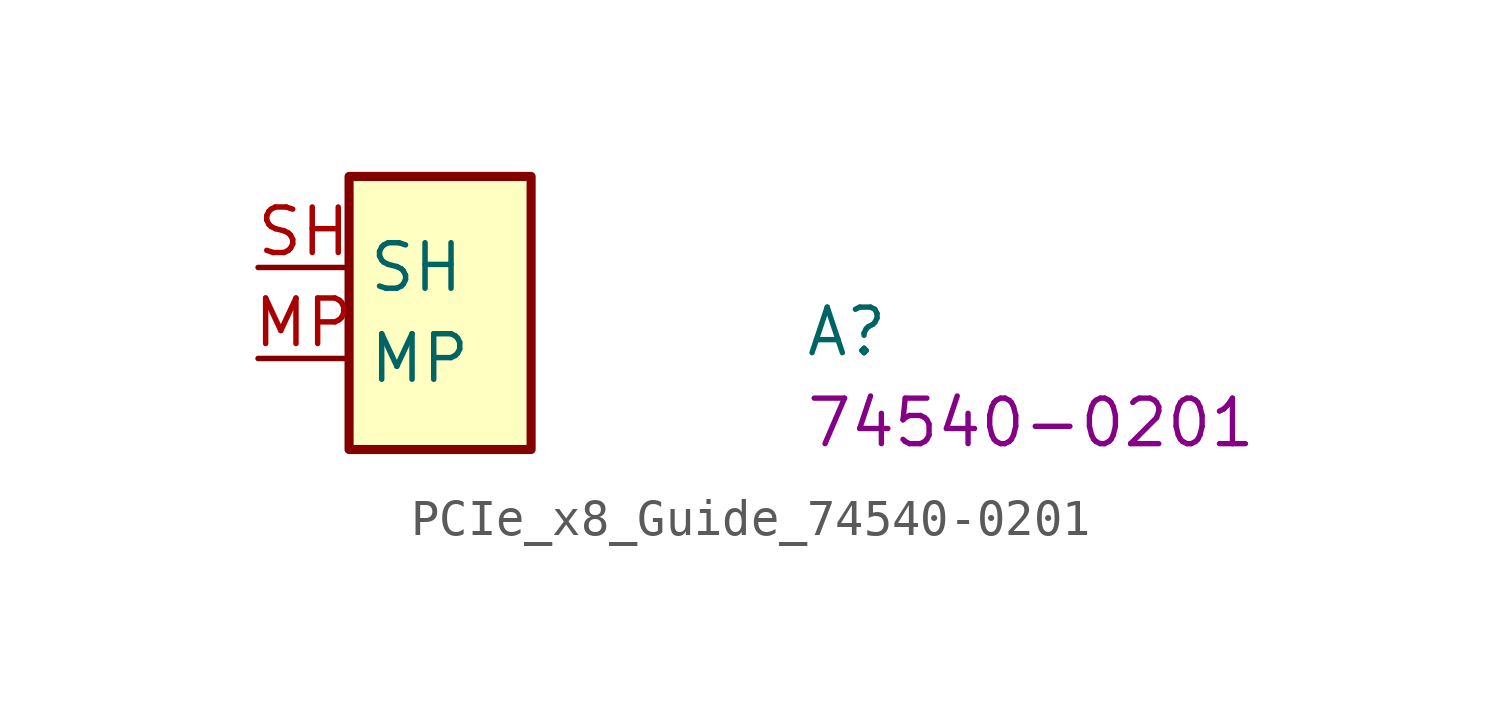
<source format=kicad_sym>
(kicad_symbol_lib
  (version 20220914)
  (generator kicad_symbol_editor)
  (symbol "PCIe_x8_Guide_74540-0201"
    (property "Reference" "A"
      (at 15.24 -2.54 0)
      (effects (font (size 1.27 1.27) (thickness 0.15)) (justify left bottom)))
    (property "MPN" "74540-0201"
      (at 15.24 -5.08 0)
      (effects (font (size 1.27 1.27) (thickness 0.15)) (justify left bottom)))
    (symbol "PCIe_x8_Guide_74540-0201_1_1"
      (rectangle (start 2.54 2.54) (end 7.62 -5.08) (stroke (width 0.254) (type default)) (fill (type background)))
      (pin passive line (at 0 -2.54 0) (length 2.54) (name "MP" (effects (font (size 1.27 1.27)))) (number "MP" (effects (font (size 1.27 1.27)))))
      (pin passive line (at 0 0 0) (length 2.54) (name "SH" (effects (font (size 1.27 1.27)))) (number "SH" (effects (font (size 1.27 1.27))))))))
</source>
